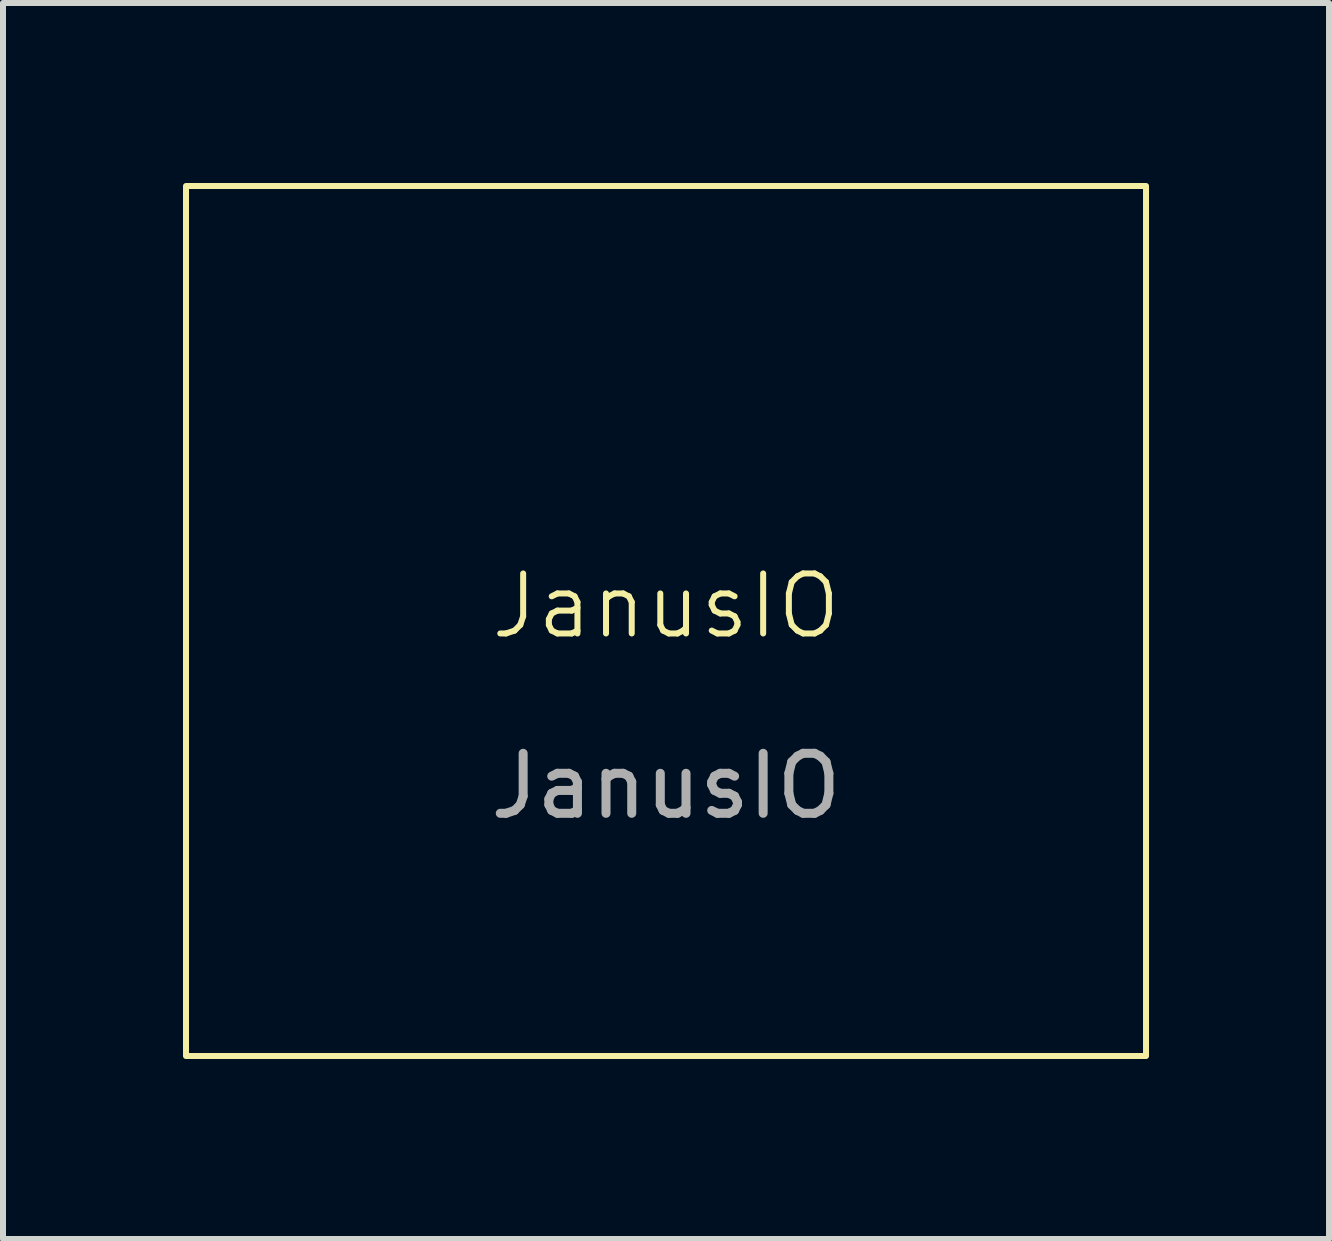
<source format=kicad_pcb>
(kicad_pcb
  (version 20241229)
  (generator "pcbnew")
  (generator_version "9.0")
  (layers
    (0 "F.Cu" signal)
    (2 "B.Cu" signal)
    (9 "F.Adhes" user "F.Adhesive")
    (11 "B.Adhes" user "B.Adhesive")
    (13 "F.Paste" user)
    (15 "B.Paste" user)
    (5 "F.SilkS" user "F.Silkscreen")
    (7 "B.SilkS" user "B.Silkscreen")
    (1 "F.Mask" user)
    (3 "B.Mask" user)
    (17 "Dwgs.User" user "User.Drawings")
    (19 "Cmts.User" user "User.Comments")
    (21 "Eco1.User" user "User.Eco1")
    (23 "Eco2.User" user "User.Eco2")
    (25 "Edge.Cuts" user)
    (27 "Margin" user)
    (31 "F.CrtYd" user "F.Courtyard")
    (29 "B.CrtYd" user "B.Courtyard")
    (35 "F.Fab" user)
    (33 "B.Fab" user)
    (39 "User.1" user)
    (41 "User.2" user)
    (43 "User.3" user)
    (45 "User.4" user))
  (footprint "JanusIO"
    (layer "F.Cu")
    (at 8.05 7.55)
    (property "Reference" "JanusIO" (at 0 -0.5 0) (unlocked yes) (layer "F.SilkS") (effects (font (size 1 1) (thickness 0.1))))
    (attr smd)
    (fp_rect (start -8 -7.5) (end 8 7) (stroke (width 0.1) (type default)) (fill no) (layer "F.SilkS"))
    (fp_text user "${REFERENCE}" (at 0 2.5 0) (unlocked yes) (layer "F.Fab") (effects (font (size 1 1) (thickness 0.15)))))
  (gr_rect
    (start -3 -3)
    (end 19.1 17.6)
    (stroke (width 0.1) (type default))
    (fill no)
    (layer "Edge.Cuts")))
</source>
